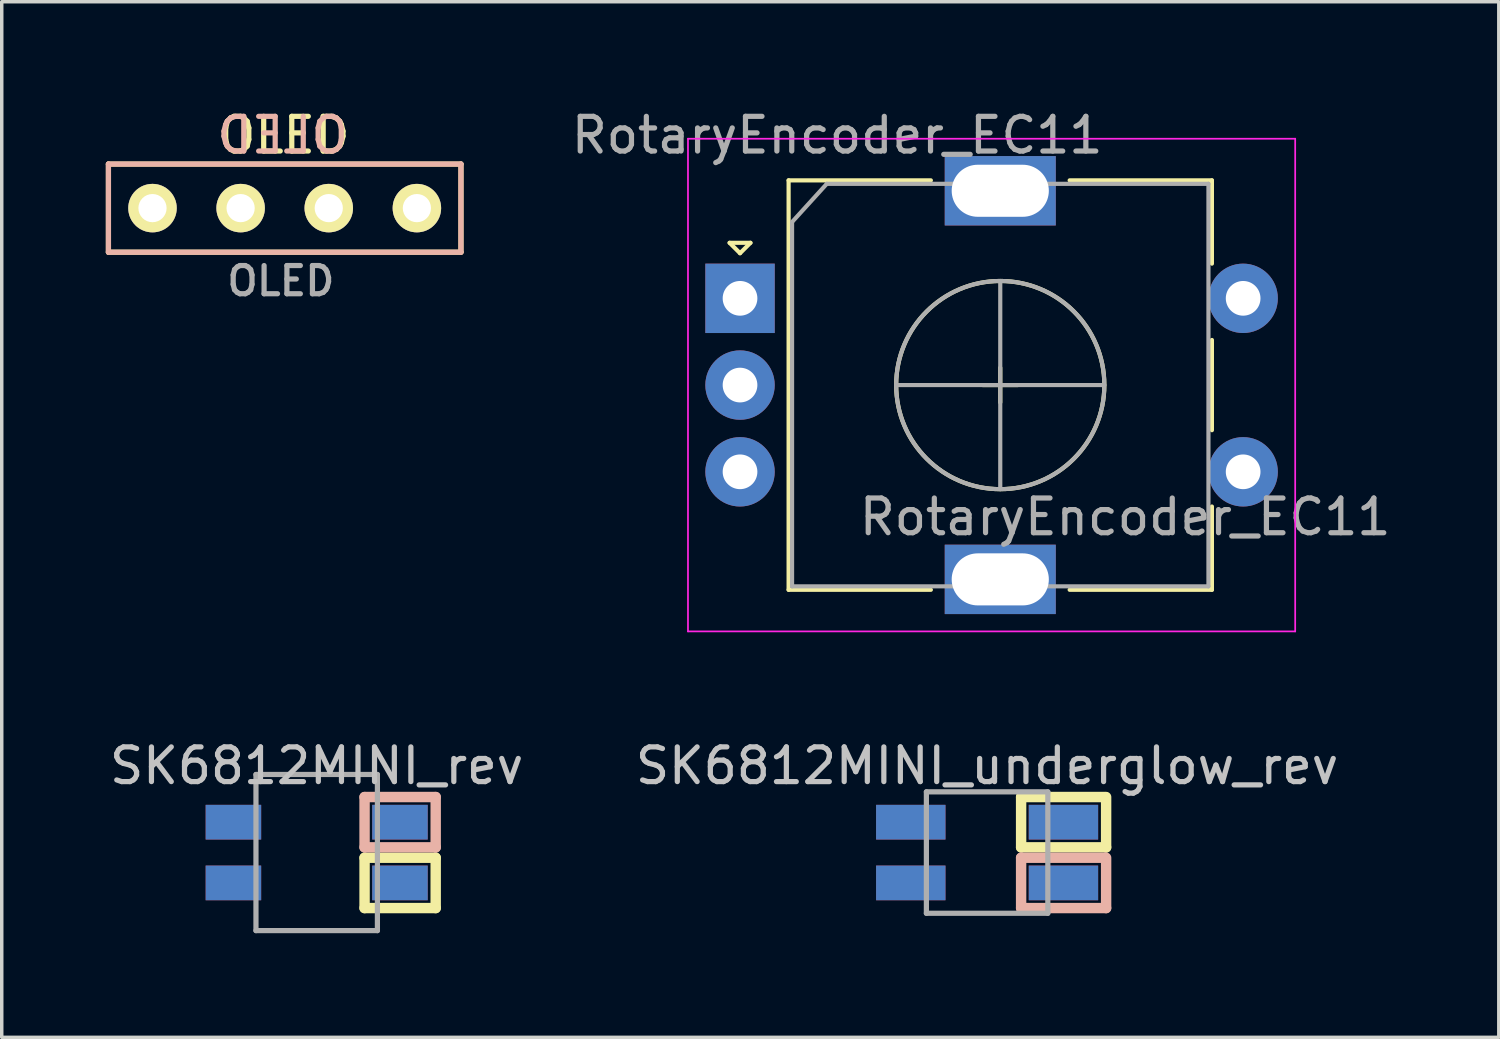
<source format=kicad_pcb>
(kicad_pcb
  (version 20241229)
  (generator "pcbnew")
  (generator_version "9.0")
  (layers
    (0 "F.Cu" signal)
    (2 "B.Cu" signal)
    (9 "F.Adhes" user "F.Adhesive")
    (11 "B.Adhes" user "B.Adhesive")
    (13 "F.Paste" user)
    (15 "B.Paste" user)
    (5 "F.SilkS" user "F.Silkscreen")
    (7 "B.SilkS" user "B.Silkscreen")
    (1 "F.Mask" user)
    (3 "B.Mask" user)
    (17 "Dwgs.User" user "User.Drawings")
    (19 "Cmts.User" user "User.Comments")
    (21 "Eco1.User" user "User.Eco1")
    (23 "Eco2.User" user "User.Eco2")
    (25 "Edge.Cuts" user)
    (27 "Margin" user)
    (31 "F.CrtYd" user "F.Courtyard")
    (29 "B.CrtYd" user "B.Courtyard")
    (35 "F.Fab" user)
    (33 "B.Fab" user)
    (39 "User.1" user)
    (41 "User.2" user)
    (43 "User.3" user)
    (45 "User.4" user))
  (footprint "SK6812MINI_underglow_rev"
    (layer "F.Cu")
    (at 25.399 21.521)
    (property "Reference" "SK6812MINI_underglow_rev" (at 0 -2.5 0) (layer "Dwgs.User") (effects (font (size 1 1) (thickness 0.15))))
    (attr through_hole)
    (fp_line (start 0.98 -1.6) (end 3.4 -1.6) (stroke (width 0.3) (type solid)) (layer "F.SilkS"))
    (fp_line (start 0.98 -0.15) (end 0.98 -1.6) (stroke (width 0.3) (type solid)) (layer "F.SilkS"))
    (fp_line (start 3.43 -1.6) (end 3.43 -0.15) (stroke (width 0.3) (type solid)) (layer "F.SilkS"))
    (fp_line (start 3.43 -0.15) (end 0.98 -0.15) (stroke (width 0.3) (type solid)) (layer "F.SilkS"))
    (fp_line (start 0.98 0.15) (end 3.4 0.15) (stroke (width 0.3) (type solid)) (layer "B.SilkS"))
    (fp_line (start 0.98 1.6) (end 0.98 0.15) (stroke (width 0.3) (type solid)) (layer "B.SilkS"))
    (fp_line (start 3.43 0.15) (end 3.43 1.6) (stroke (width 0.3) (type solid)) (layer "B.SilkS"))
    (fp_line (start 3.43 1.6) (end 0.98 1.6) (stroke (width 0.3) (type solid)) (layer "B.SilkS"))
    (fp_line (start -1.75 -1.75) (end -1.75 1.75) (stroke (width 0.15) (type solid)) (layer "F.Fab"))
    (fp_line (start -1.75 -1.75) (end 1.75 -1.75) (stroke (width 0.15) (type solid)) (layer "F.Fab"))
    (fp_line (start 1.75 -1.75) (end 1.75 1.75) (stroke (width 0.15) (type solid)) (layer "F.Fab"))
    (fp_line (start 1.75 1.75) (end -1.75 1.75) (stroke (width 0.15) (type solid)) (layer "F.Fab"))
    (pad "1" smd rect (at -2.2 -0.875) (size 2 1) (layers "F.Cu" "F.Mask" "F.Paste"))
    (pad "1" smd rect (at -2.2 0.875) (size 2 1) (layers "B.Cu" "B.Mask" "B.Paste"))
    (pad "2" smd rect (at -2.2 -0.875) (size 2 1) (layers "B.Cu" "B.Mask" "B.Paste"))
    (pad "2" smd rect (at -2.2 0.875) (size 2 1) (layers "F.Cu" "F.Mask" "F.Paste"))
    (pad "3" smd rect (at 2.2 -0.875) (size 2 1) (layers "B.Cu" "B.Mask" "B.Paste"))
    (pad "3" smd rect (at 2.2 0.875) (size 2 1) (layers "F.Cu" "F.Mask" "F.Paste"))
    (pad "4" smd rect (at 2.2 -0.875) (size 2 1) (layers "F.Cu" "F.Mask" "F.Paste"))
    (pad "4" smd rect (at 2.2 0.875) (size 2 1) (layers "B.Cu" "B.Mask" "B.Paste")))
  (footprint "RotaryEncoder_EC11"
    (layer "F.Cu")
    (at 25.778 8.048)
    (property "Reference" "RotaryEncoder_EC11" (at -4.7 -7.2 0) (layer "F.Fab") (effects (font (size 1 1) (thickness 0.15))))
    (attr through_hole)
    (fp_line (start -7.8 -4.1) (end -7.2 -4.1) (stroke (width 0.12) (type solid)) (layer "F.SilkS"))
    (fp_line (start -7.5 -3.8) (end -7.8 -4.1) (stroke (width 0.12) (type solid)) (layer "F.SilkS"))
    (fp_line (start -7.2 -4.1) (end -7.5 -3.8) (stroke (width 0.12) (type solid)) (layer "F.SilkS"))
    (fp_line (start -6.1 -5.9) (end -6.1 5.9) (stroke (width 0.12) (type solid)) (layer "F.SilkS"))
    (fp_line (start -2 -5.9) (end -6.1 -5.9) (stroke (width 0.12) (type solid)) (layer "F.SilkS"))
    (fp_line (start -2 5.9) (end -6.1 5.9) (stroke (width 0.12) (type solid)) (layer "F.SilkS"))
    (fp_line (start -0.5 0) (end 0.5 0) (stroke (width 0.12) (type solid)) (layer "F.SilkS"))
    (fp_line (start 0 -0.5) (end 0 0.5) (stroke (width 0.12) (type solid)) (layer "F.SilkS"))
    (fp_line (start 2 -5.9) (end 6.1 -5.9) (stroke (width 0.12) (type solid)) (layer "F.SilkS"))
    (fp_line (start 6.1 -5.9) (end 6.1 -3.5) (stroke (width 0.12) (type solid)) (layer "F.SilkS"))
    (fp_line (start 6.1 -1.3) (end 6.1 1.3) (stroke (width 0.12) (type solid)) (layer "F.SilkS"))
    (fp_line (start 6.1 3.5) (end 6.1 5.9) (stroke (width 0.12) (type solid)) (layer "F.SilkS"))
    (fp_line (start 6.1 5.9) (end 2 5.9) (stroke (width 0.12) (type solid)) (layer "F.SilkS"))
    (fp_circle (center 0 0) (end 3 0) (stroke (width 0.12) (type solid)) (fill no) (layer "F.SilkS"))
    (fp_line (start -9 -7.1) (end -9 7.1) (stroke (width 0.05) (type solid)) (layer "F.CrtYd"))
    (fp_line (start -9 -7.1) (end 8.5 -7.1) (stroke (width 0.05) (type solid)) (layer "F.CrtYd"))
    (fp_line (start 8.5 7.1) (end -9 7.1) (stroke (width 0.05) (type solid)) (layer "F.CrtYd"))
    (fp_line (start 8.5 7.1) (end 8.5 -7.1) (stroke (width 0.05) (type solid)) (layer "F.CrtYd"))
    (fp_line (start -6 -4.7) (end -5 -5.8) (stroke (width 0.12) (type solid)) (layer "F.Fab"))
    (fp_line (start -6 5.8) (end -6 -4.7) (stroke (width 0.12) (type solid)) (layer "F.Fab"))
    (fp_line (start -5 -5.8) (end 6 -5.8) (stroke (width 0.12) (type solid)) (layer "F.Fab"))
    (fp_line (start -3 0) (end 3 0) (stroke (width 0.12) (type solid)) (layer "F.Fab"))
    (fp_line (start 0 -3) (end 0 3) (stroke (width 0.12) (type solid)) (layer "F.Fab"))
    (fp_line (start 6 -5.8) (end 6 5.8) (stroke (width 0.12) (type solid)) (layer "F.Fab"))
    (fp_line (start 6 5.8) (end -6 5.8) (stroke (width 0.12) (type solid)) (layer "F.Fab"))
    (fp_circle (center 0 0) (end 3 0) (stroke (width 0.12) (type solid)) (fill no) (layer "F.Fab"))
    (fp_text user "${REFERENCE}" (at 3.6 3.8 0) (layer "F.Fab") (effects (font (size 1 1) (thickness 0.15))))
    (pad "" np_thru_hole rect (at 0 -5.6) (size 3.2 2) (drill oval 2.8 1.5) (layers "*.Cu" "*.Mask"))
    (pad "" np_thru_hole rect (at 0 5.6) (size 3.2 2) (drill oval 2.8 1.5) (layers "*.Cu" "*.Mask"))
    (pad "A" thru_hole rect (at -7.5 -2.5) (size 2 2) (drill 1) (layers "*.Cu" "*.Mask"))
    (pad "B" thru_hole circle (at -7.5 2.5) (size 2 2) (drill 1) (layers "*.Cu" "*.Mask"))
    (pad "C" thru_hole circle (at -7.5 0) (size 2 2) (drill 1) (layers "*.Cu" "*.Mask"))
    (pad "S1" thru_hole circle (at 7 2.5) (size 2 2) (drill 1) (layers "*.Cu" "*.Mask"))
    (pad "S2" thru_hole circle (at 7 -2.5) (size 2 2) (drill 1) (layers "*.Cu" "*.Mask")))
  (footprint "SK6812MINI_rev"
    (layer "F.Cu")
    (at 6.077 21.521)
    (property "Reference" "SK6812MINI_rev" (at 0 -2.5 0) (layer "Dwgs.User") (effects (font (size 1 1) (thickness 0.15))))
    (attr through_hole)
    (fp_line (start 1.38 0.15) (end 3.43 0.15) (stroke (width 0.3) (type solid)) (layer "F.SilkS"))
    (fp_line (start 1.38 1.6) (end 1.38 0.15) (stroke (width 0.3) (type solid)) (layer "F.SilkS"))
    (fp_line (start 3.43 0.15) (end 3.43 1.6) (stroke (width 0.3) (type solid)) (layer "F.SilkS"))
    (fp_line (start 3.43 1.6) (end 1.38 1.6) (stroke (width 0.3) (type solid)) (layer "F.SilkS"))
    (fp_line (start 1.38 -1.6) (end 3.43 -1.6) (stroke (width 0.3) (type solid)) (layer "B.SilkS"))
    (fp_line (start 1.38 -0.15) (end 1.38 -1.6) (stroke (width 0.3) (type solid)) (layer "B.SilkS"))
    (fp_line (start 3.43 -1.6) (end 3.43 -0.15) (stroke (width 0.3) (type solid)) (layer "B.SilkS"))
    (fp_line (start 3.43 -0.15) (end 1.38 -0.15) (stroke (width 0.3) (type solid)) (layer "B.SilkS"))
    (fp_line (start -1.75 -2.25) (end -1.75 2.25) (stroke (width 0.15) (type solid)) (layer "F.Fab"))
    (fp_line (start -1.75 -2.25) (end 1.75 -2.25) (stroke (width 0.15) (type solid)) (layer "F.Fab"))
    (fp_line (start 1.75 -2.25) (end 1.75 2.25) (stroke (width 0.15) (type solid)) (layer "F.Fab"))
    (fp_line (start 1.75 2.25) (end -1.75 2.25) (stroke (width 0.15) (type solid)) (layer "F.Fab"))
    (pad "1" smd rect (at -2.4 -0.875) (size 1.6 1) (layers "B.Cu" "B.Mask" "B.Paste"))
    (pad "1" smd rect (at -2.4 0.875) (size 1.6 1) (layers "F.Cu" "F.Mask" "F.Paste"))
    (pad "2" smd rect (at -2.4 -0.875) (size 1.6 1) (layers "F.Cu" "F.Mask" "F.Paste"))
    (pad "2" smd rect (at -2.4 0.875) (size 1.6 1) (layers "B.Cu" "B.Mask" "B.Paste"))
    (pad "3" smd rect (at 2.4 -0.875) (size 1.6 1) (layers "F.Cu" "F.Mask" "F.Paste"))
    (pad "3" smd rect (at 2.4 0.875) (size 1.6 1) (layers "B.Cu" "B.Mask" "B.Paste"))
    (pad "4" smd rect (at 2.4 -0.875) (size 1.6 1) (layers "B.Cu" "B.Mask" "B.Paste"))
    (pad "4" smd rect (at 2.4 0.875) (size 1.6 1) (layers "F.Cu" "F.Mask" "F.Paste")))
  (footprint "OLED"
    (layer "F.Cu")
    (at 1.345 2.948)
    (property "Reference" "OLED" (at 3.7 2.1 180) (layer "F.Fab") (effects (font (size 0.813 0.813) (thickness 0.15))))
    (attr through_hole)
    (fp_line (start -1.27 -1.27) (end 8.89 -1.27) (stroke (width 0.15) (type solid)) (layer "F.SilkS"))
    (fp_line (start -1.27 1.27) (end -1.27 -1.27) (stroke (width 0.15) (type solid)) (layer "F.SilkS"))
    (fp_line (start -1.27 1.27) (end 8.89 1.27) (stroke (width 0.15) (type solid)) (layer "F.SilkS"))
    (fp_line (start 8.89 -1.27) (end 8.89 1.27) (stroke (width 0.15) (type solid)) (layer "F.SilkS"))
    (fp_line (start -1.27 -1.27) (end 8.89 -1.27) (stroke (width 0.15) (type solid)) (layer "B.SilkS"))
    (fp_line (start -1.27 1.27) (end -1.27 -1.27) (stroke (width 0.15) (type solid)) (layer "B.SilkS"))
    (fp_line (start 8.89 -1.27) (end 8.89 1.27) (stroke (width 0.15) (type solid)) (layer "B.SilkS"))
    (fp_line (start 8.89 1.27) (end -1.27 1.27) (stroke (width 0.15) (type solid)) (layer "B.SilkS"))
    (fp_text user "OLED" (at 3.8 -2.1 0) (layer "F.SilkS") (effects (font (size 1 1) (thickness 0.15))))
    (fp_text user "OLED" (at 3.75 -2.1 0) (layer "B.SilkS") (effects (font (size 1 1) (thickness 0.15)) (justify mirror)))
    (pad "1" thru_hole circle (at 0 0) (size 1.397 1.397) (drill 0.813) (layers "*.Cu" "*.Mask" "F.SilkS"))
    (pad "2" thru_hole circle (at 2.54 0) (size 1.397 1.397) (drill 0.813) (layers "*.Cu" "*.Mask" "F.SilkS"))
    (pad "3" thru_hole circle (at 5.08 0) (size 1.397 1.397) (drill 0.813) (layers "*.Cu" "*.Mask" "F.SilkS"))
    (pad "4" thru_hole circle (at 7.62 0) (size 1.397 1.397) (drill 0.813) (layers "*.Cu" "*.Mask" "F.SilkS")))
  (gr_rect
    (start -3 -3)
    (end 40.146 26.846)
    (stroke (width 0.1) (type default))
    (fill no)
    (layer "Edge.Cuts")))
</source>
